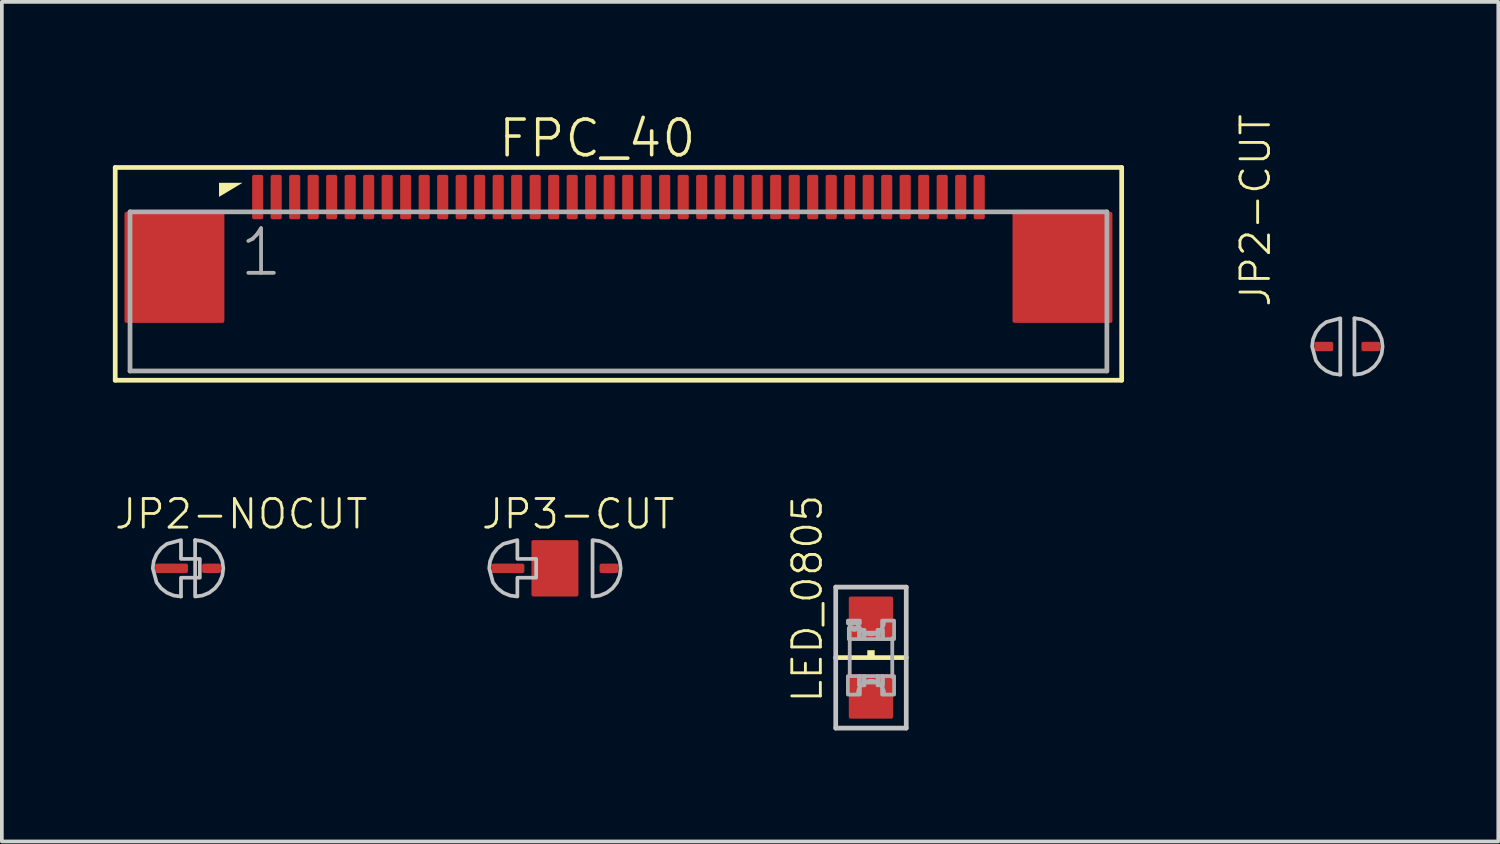
<source format=kicad_pcb>
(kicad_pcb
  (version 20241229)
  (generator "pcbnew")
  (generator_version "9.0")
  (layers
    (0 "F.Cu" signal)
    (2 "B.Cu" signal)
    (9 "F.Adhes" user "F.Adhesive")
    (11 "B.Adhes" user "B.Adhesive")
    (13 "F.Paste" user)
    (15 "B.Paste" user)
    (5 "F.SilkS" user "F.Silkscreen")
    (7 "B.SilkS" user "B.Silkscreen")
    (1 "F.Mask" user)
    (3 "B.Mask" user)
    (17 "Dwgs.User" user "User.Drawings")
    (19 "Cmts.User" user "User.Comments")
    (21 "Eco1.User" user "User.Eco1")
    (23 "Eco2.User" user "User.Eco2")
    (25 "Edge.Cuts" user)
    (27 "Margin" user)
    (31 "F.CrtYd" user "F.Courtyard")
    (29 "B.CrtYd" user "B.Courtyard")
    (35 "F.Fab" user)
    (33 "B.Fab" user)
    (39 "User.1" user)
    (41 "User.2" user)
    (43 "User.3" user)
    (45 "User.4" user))
  (footprint "FPC_40"
    (layer "F.Cu")
    (at 13.664 4.176)
    (property "Reference" "FPC_40" (at -3.302 -2.921 0) (layer "F.SilkS") (effects (font (size 0.965 0.965) (thickness 0.097)) (justify left bottom)))
    (attr through_hole)
    (fp_line (start -13.6 -2.7) (end 13.6 -2.7) (stroke (width 0.127) (type solid)) (layer "F.SilkS"))
    (fp_line (start -13.6 3.05) (end -13.6 -2.7) (stroke (width 0.127) (type solid)) (layer "F.SilkS"))
    (fp_line (start -13.6 3.05) (end 13.6 3.05) (stroke (width 0.127) (type solid)) (layer "F.SilkS"))
    (fp_line (start 13.6 3.05) (end 13.6 -2.7) (stroke (width 0.127) (type solid)) (layer "F.SilkS"))
    (fp_poly (pts (xy -10.16 -2.286) (xy -10.795 -2.286) (xy -10.795 -1.905)) (stroke (width 0) (type solid)) (fill yes) (layer "F.SilkS"))
    (fp_line (start -13.2 -1.5) (end 13.2 -1.5) (stroke (width 0.127) (type solid)) (layer "F.Fab"))
    (fp_line (start -13.2 2.8) (end -13.2 -1.5) (stroke (width 0.127) (type solid)) (layer "F.Fab"))
    (fp_line (start -13.2 2.8) (end 13.2 2.8) (stroke (width 0.127) (type solid)) (layer "F.Fab"))
    (fp_line (start 13.2 -1.5) (end 13.2 2.8) (stroke (width 0.127) (type solid)) (layer "F.Fab"))
    (fp_text user "1" (at -10.3 0.3 0) (layer "F.Fab") (effects (font (size 1.206 1.206) (thickness 0.102)) (justify left bottom)))
    (pad "1" smd roundrect (at -9.75 -1.9) (size 0.3 1.2) (layers "F.Cu" "F.Mask" "F.Paste") (roundrect_rratio 0.169))
    (pad "2" smd roundrect (at -9.25 -1.9) (size 0.3 1.2) (layers "F.Cu" "F.Mask" "F.Paste") (roundrect_rratio 0.169))
    (pad "3" smd roundrect (at -8.75 -1.9) (size 0.3 1.2) (layers "F.Cu" "F.Mask" "F.Paste") (roundrect_rratio 0.169))
    (pad "4" smd roundrect (at -8.25 -1.9) (size 0.3 1.2) (layers "F.Cu" "F.Mask" "F.Paste") (roundrect_rratio 0.169))
    (pad "5" smd roundrect (at -7.75 -1.9) (size 0.3 1.2) (layers "F.Cu" "F.Mask" "F.Paste") (roundrect_rratio 0.169))
    (pad "6" smd roundrect (at -7.25 -1.9) (size 0.3 1.2) (layers "F.Cu" "F.Mask" "F.Paste") (roundrect_rratio 0.169))
    (pad "7" smd roundrect (at -6.75 -1.9) (size 0.3 1.2) (layers "F.Cu" "F.Mask" "F.Paste") (roundrect_rratio 0.169))
    (pad "8" smd roundrect (at -6.25 -1.9) (size 0.3 1.2) (layers "F.Cu" "F.Mask" "F.Paste") (roundrect_rratio 0.169))
    (pad "9" smd roundrect (at -5.75 -1.9) (size 0.3 1.2) (layers "F.Cu" "F.Mask" "F.Paste") (roundrect_rratio 0.169))
    (pad "10" smd roundrect (at -5.25 -1.9) (size 0.3 1.2) (layers "F.Cu" "F.Mask" "F.Paste") (roundrect_rratio 0.169))
    (pad "11" smd roundrect (at -4.75 -1.9) (size 0.3 1.2) (layers "F.Cu" "F.Mask" "F.Paste") (roundrect_rratio 0.169))
    (pad "12" smd roundrect (at -4.25 -1.9) (size 0.3 1.2) (layers "F.Cu" "F.Mask" "F.Paste") (roundrect_rratio 0.169))
    (pad "13" smd roundrect (at -3.75 -1.9) (size 0.3 1.2) (layers "F.Cu" "F.Mask" "F.Paste") (roundrect_rratio 0.169))
    (pad "14" smd roundrect (at -3.25 -1.9) (size 0.3 1.2) (layers "F.Cu" "F.Mask" "F.Paste") (roundrect_rratio 0.169))
    (pad "15" smd roundrect (at -2.75 -1.9) (size 0.3 1.2) (layers "F.Cu" "F.Mask" "F.Paste") (roundrect_rratio 0.169))
    (pad "16" smd roundrect (at -2.25 -1.9) (size 0.3 1.2) (layers "F.Cu" "F.Mask" "F.Paste") (roundrect_rratio 0.169))
    (pad "17" smd roundrect (at -1.75 -1.9) (size 0.3 1.2) (layers "F.Cu" "F.Mask" "F.Paste") (roundrect_rratio 0.169))
    (pad "18" smd roundrect (at -1.25 -1.9) (size 0.3 1.2) (layers "F.Cu" "F.Mask" "F.Paste") (roundrect_rratio 0.169))
    (pad "19" smd roundrect (at -0.75 -1.9) (size 0.3 1.2) (layers "F.Cu" "F.Mask" "F.Paste") (roundrect_rratio 0.169))
    (pad "20" smd roundrect (at -0.25 -1.9) (size 0.3 1.2) (layers "F.Cu" "F.Mask" "F.Paste") (roundrect_rratio 0.169))
    (pad "21" smd roundrect (at 0.25 -1.9) (size 0.3 1.2) (layers "F.Cu" "F.Mask" "F.Paste") (roundrect_rratio 0.169))
    (pad "22" smd roundrect (at 0.75 -1.9) (size 0.3 1.2) (layers "F.Cu" "F.Mask" "F.Paste") (roundrect_rratio 0.169))
    (pad "23" smd roundrect (at 1.25 -1.9) (size 0.3 1.2) (layers "F.Cu" "F.Mask" "F.Paste") (roundrect_rratio 0.169))
    (pad "24" smd roundrect (at 1.75 -1.9) (size 0.3 1.2) (layers "F.Cu" "F.Mask" "F.Paste") (roundrect_rratio 0.169))
    (pad "25" smd roundrect (at 2.25 -1.9) (size 0.3 1.2) (layers "F.Cu" "F.Mask" "F.Paste") (roundrect_rratio 0.169))
    (pad "26" smd roundrect (at 2.75 -1.9) (size 0.3 1.2) (layers "F.Cu" "F.Mask" "F.Paste") (roundrect_rratio 0.169))
    (pad "27" smd roundrect (at 3.25 -1.9) (size 0.3 1.2) (layers "F.Cu" "F.Mask" "F.Paste") (roundrect_rratio 0.169))
    (pad "28" smd roundrect (at 3.75 -1.9) (size 0.3 1.2) (layers "F.Cu" "F.Mask" "F.Paste") (roundrect_rratio 0.169))
    (pad "29" smd roundrect (at 4.25 -1.9) (size 0.3 1.2) (layers "F.Cu" "F.Mask" "F.Paste") (roundrect_rratio 0.169))
    (pad "30" smd roundrect (at 4.75 -1.9) (size 0.3 1.2) (layers "F.Cu" "F.Mask" "F.Paste") (roundrect_rratio 0.169))
    (pad "31" smd roundrect (at 5.25 -1.9) (size 0.3 1.2) (layers "F.Cu" "F.Mask" "F.Paste") (roundrect_rratio 0.169))
    (pad "32" smd roundrect (at 5.75 -1.9) (size 0.3 1.2) (layers "F.Cu" "F.Mask" "F.Paste") (roundrect_rratio 0.169))
    (pad "33" smd roundrect (at 6.25 -1.9) (size 0.3 1.2) (layers "F.Cu" "F.Mask" "F.Paste") (roundrect_rratio 0.169))
    (pad "34" smd roundrect (at 6.75 -1.9) (size 0.3 1.2) (layers "F.Cu" "F.Mask" "F.Paste") (roundrect_rratio 0.169))
    (pad "35" smd roundrect (at 7.25 -1.9) (size 0.3 1.2) (layers "F.Cu" "F.Mask" "F.Paste") (roundrect_rratio 0.169))
    (pad "36" smd roundrect (at 7.75 -1.9) (size 0.3 1.2) (layers "F.Cu" "F.Mask" "F.Paste") (roundrect_rratio 0.169))
    (pad "37" smd roundrect (at 8.25 -1.9) (size 0.3 1.2) (layers "F.Cu" "F.Mask" "F.Paste") (roundrect_rratio 0.169))
    (pad "38" smd roundrect (at 8.75 -1.9) (size 0.3 1.2) (layers "F.Cu" "F.Mask" "F.Paste") (roundrect_rratio 0.169))
    (pad "39" smd roundrect (at 9.25 -1.9) (size 0.3 1.2) (layers "F.Cu" "F.Mask" "F.Paste") (roundrect_rratio 0.169))
    (pad "40" smd roundrect (at 9.75 -1.9) (size 0.3 1.2) (layers "F.Cu" "F.Mask" "F.Paste") (roundrect_rratio 0.169))
    (pad "Z1" smd roundrect (at -12 0) (size 2.7 3) (layers "F.Cu" "F.Mask" "F.Paste") (roundrect_rratio 0.019))
    (pad "Z2" smd roundrect (at 12 0) (size 2.7 3) (layers "F.Cu" "F.Mask" "F.Paste") (roundrect_rratio 0.019)))
  (footprint "LED_0805"
    (layer "F.Cu")
    (at 20.489 14.722)
    (property "Reference" "LED_0805" (at -1.27 1.27 90) (layer "F.SilkS") (effects (font (size 0.772 0.772) (thickness 0.077)) (justify left bottom)))
    (attr through_hole)
    (fp_line (start -0.953 0) (end 0.953 0) (stroke (width 0.127) (type solid)) (layer "F.SilkS"))
    (fp_poly (pts (xy -0.1 0) (xy 0.1 0) (xy 0.1 -0.2) (xy -0.1 -0.2)) (stroke (width 0) (type solid)) (fill yes) (layer "F.SilkS"))
    (fp_line (start -0.953 -1.905) (end 0.953 -1.905) (stroke (width 0.127) (type solid)) (layer "Dwgs.User"))
    (fp_line (start -0.953 0) (end -0.953 -1.905) (stroke (width 0.127) (type solid)) (layer "Dwgs.User"))
    (fp_line (start -0.953 1.905) (end -0.953 0) (stroke (width 0.127) (type solid)) (layer "Dwgs.User"))
    (fp_line (start 0.953 -1.905) (end 0.953 0) (stroke (width 0.127) (type solid)) (layer "Dwgs.User"))
    (fp_line (start 0.953 0) (end 0.953 1.905) (stroke (width 0.127) (type solid)) (layer "Dwgs.User"))
    (fp_line (start 0.953 1.905) (end -0.953 1.905) (stroke (width 0.127) (type solid)) (layer "Dwgs.User"))
    (fp_line (start -0.575 0.5) (end -0.575 -0.925) (stroke (width 0.102) (type solid)) (layer "F.Fab"))
    (fp_line (start 0.575 -0.525) (end 0.575 0.525) (stroke (width 0.102) (type solid)) (layer "F.Fab"))
    (fp_arc (start -0.35 0.925) (mid -0.000001 0.625027) (end 0.35 0.924998) (stroke (width 0.1016) (type solid)) (layer "F.Fab"))
    (fp_arc (start 0.35 -0.924998) (mid -0.000001 -0.625027) (end -0.35 -0.925) (stroke (width 0.1016) (type solid)) (layer "F.Fab"))
    (fp_circle (center -0.45 -0.85) (end -0.347 -0.85) (stroke (width 0.102) (type solid)) (fill no) (layer "F.Fab"))
    (fp_poly (pts (xy -0.625 -0.925) (xy -0.3 -0.925) (xy -0.3 -1) (xy -0.625 -1)) (stroke (width 0.1) (type solid)) (fill no) (layer "F.Fab"))
    (fp_poly (pts (xy -0.625 1) (xy -0.3 1) (xy -0.3 0.5) (xy -0.625 0.5)) (stroke (width 0.1) (type solid)) (fill no) (layer "F.Fab"))
    (fp_poly (pts (xy -0.6 -0.5) (xy -0.3 -0.5) (xy -0.3 -0.8) (xy -0.6 -0.8)) (stroke (width 0.1) (type solid)) (fill no) (layer "F.Fab"))
    (fp_poly (pts (xy -0.325 -0.5) (xy -0.175 -0.5) (xy -0.175 -0.75) (xy -0.325 -0.75)) (stroke (width 0.1) (type solid)) (fill no) (layer "F.Fab"))
    (fp_poly (pts (xy -0.325 0.75) (xy -0.175 0.75) (xy -0.175 0.5) (xy -0.325 0.5)) (stroke (width 0.1) (type solid)) (fill no) (layer "F.Fab"))
    (fp_poly (pts (xy -0.2 -0.5) (xy 0.2 -0.5) (xy 0.2 -0.675) (xy -0.2 -0.675)) (stroke (width 0.1) (type solid)) (fill no) (layer "F.Fab"))
    (fp_poly (pts (xy -0.2 0.675) (xy 0.2 0.675) (xy 0.2 0.5) (xy -0.2 0.5)) (stroke (width 0.1) (type solid)) (fill no) (layer "F.Fab"))
    (fp_poly (pts (xy 0.175 -0.5) (xy 0.325 -0.5) (xy 0.325 -0.75) (xy 0.175 -0.75)) (stroke (width 0.1) (type solid)) (fill no) (layer "F.Fab"))
    (fp_poly (pts (xy 0.175 0.75) (xy 0.325 0.75) (xy 0.325 0.5) (xy 0.175 0.5)) (stroke (width 0.1) (type solid)) (fill no) (layer "F.Fab"))
    (fp_poly (pts (xy 0.3 -0.5) (xy 0.625 -0.5) (xy 0.625 -1) (xy 0.3 -1)) (stroke (width 0.1) (type solid)) (fill no) (layer "F.Fab"))
    (fp_poly (pts (xy 0.3 1) (xy 0.625 1) (xy 0.625 0.5) (xy 0.3 0.5)) (stroke (width 0.1) (type solid)) (fill no) (layer "F.Fab"))
    (pad "A" smd roundrect (at 0 1.05) (size 1.2 1.2) (layers "F.Cu" "F.Mask" "F.Paste") (roundrect_rratio 0.042))
    (pad "C" smd roundrect (at 0 -1.05) (size 1.2 1.2) (layers "F.Cu" "F.Mask" "F.Paste") (roundrect_rratio 0.042)))
  (footprint "JP3-CUT"
    (layer "F.Cu")
    (at 11.948 12.309)
    (property "Reference" "JP3-CUT" (at -2.032 -1.016 0) (layer "F.SilkS") (effects (font (size 0.772 0.772) (thickness 0.077)) (justify left bottom)))
    (attr through_hole)
    (fp_poly (pts (xy -0.191 -0.889) (xy -1.016 -0.889) (xy -1.246 -0.859) (xy -1.46 -0.77) (xy -1.645 -0.629) (xy -1.786 -0.445) (xy -1.875 -0.23) (xy -1.905 0) (xy -1.875 0.23) (xy -1.786 0.445) (xy -1.645 0.629) (xy -1.46 0.77) (xy -1.016 0.889) (xy -0.191 0.889)) (stroke (width 0) (type solid)) (fill yes) (layer "F.Mask"))
    (fp_poly (pts (xy 0.191 0.889) (xy 1.016 0.889) (xy 1.246 0.859) (xy 1.46 0.77) (xy 1.645 0.629) (xy 1.786 0.445) (xy 1.875 0.23) (xy 1.905 0) (xy 1.875 -0.23) (xy 1.786 -0.445) (xy 1.645 -0.629) (xy 1.46 -0.77) (xy 1.246 -0.859) (xy 1.016 -0.889) (xy 0.191 -0.889)) (stroke (width 0) (type solid)) (fill yes) (layer "F.Mask"))
    (fp_poly (pts (xy 1.016 0.762) (xy 1.016 -0.762) (xy 1.213 -0.736) (xy 1.397 -0.66) (xy 1.555 -0.539) (xy 1.676 -0.381) (xy 1.752 -0.197) (xy 1.778 0) (xy 1.752 0.197) (xy 1.676 0.381) (xy 1.555 0.539) (xy 1.397 0.66) (xy 1.213 0.736)) (stroke (width 0.1) (type solid)) (fill no) (layer "Dwgs.User"))
    (fp_poly (pts (xy -1.016 -0.762) (xy -1.016 -0.254) (xy -0.508 -0.254) (xy -0.508 0.254) (xy -1.016 0.254) (xy -1.016 0.762) (xy -1.213 0.736) (xy -1.397 0.66) (xy -1.555 0.539) (xy -1.676 0.381) (xy -1.778 0) (xy -1.752 -0.197) (xy -1.676 -0.381) (xy -1.555 -0.539) (xy -1.397 -0.66)) (stroke (width 0.1) (type solid)) (fill no) (layer "Dwgs.User"))
    (pad "COM" smd roundrect (at 0 0) (size 1.27 1.524) (layers "F.Cu" "F.Mask") (roundrect_rratio 0.04))
    (pad "NC" smd roundrect (at -1.27 0) (size 0.889 0.254) (layers "F.Cu" "F.Mask") (roundrect_rratio 0.2))
    (pad "NO" smd roundrect (at 1.46 0) (size 0.508 0.254) (layers "F.Cu" "F.Mask") (roundrect_rratio 0.2)))
  (footprint "JP2-CUT"
    (layer "F.Cu")
    (at 33.363 6.314)
    (property "Reference" "JP2-CUT" (at -2.032 -1.016 270) (layer "F.SilkS") (effects (font (size 0.772 0.772) (thickness 0.077)) (justify left bottom)))
    (attr through_hole)
    (fp_poly (pts (xy 0 -0.889) (xy -0.191 -0.889) (xy -0.19 -0.889) (xy -0.421 -0.859) (xy -0.635 -0.77) (xy -0.819 -0.629) (xy -0.96 -0.445) (xy -1.049 -0.23) (xy -1.079 0) (xy -1.079 -0.000001) (xy -1.049 0.23) (xy -0.96 0.445) (xy -0.819 0.629) (xy -0.635 0.77) (xy -0.191 0.889) (xy 0 0.889)) (stroke (width 0) (type solid)) (fill yes) (layer "F.Mask"))
    (fp_poly (pts (xy 0 0.889) (xy 0.191 0.889) (xy 0.19 0.889) (xy 0.421 0.859) (xy 0.635 0.77) (xy 0.819 0.629) (xy 0.96 0.445) (xy 1.049 0.23) (xy 1.079 0) (xy 1.079 0.000001) (xy 1.049 -0.23) (xy 0.96 -0.445) (xy 0.819 -0.629) (xy 0.635 -0.77) (xy 0.421 -0.859) (xy 0.191 -0.889) (xy 0 -0.889)) (stroke (width 0) (type solid)) (fill yes) (layer "F.Mask"))
    (fp_poly (pts (xy -0.191 -0.762) (xy -0.191 0.762) (xy -0.19 0.762) (xy -0.388 0.736) (xy -0.571 0.66) (xy -0.729 0.539) (xy -0.85 0.381) (xy -0.953 0) (xy -0.953 0.000001) (xy -0.927 -0.197) (xy -0.85 -0.381) (xy -0.729 -0.539) (xy -0.572 -0.66)) (stroke (width 0.1) (type solid)) (fill no) (layer "Dwgs.User"))
    (fp_poly (pts (xy 0.191 0.762) (xy 0.191 -0.762) (xy 0.19 -0.762) (xy 0.388 -0.736) (xy 0.571 -0.66) (xy 0.729 -0.539) (xy 0.85 -0.381) (xy 0.927 -0.197) (xy 0.953 0) (xy 0.953 -0.000001) (xy 0.927 0.197) (xy 0.85 0.381) (xy 0.729 0.539) (xy 0.572 0.66) (xy 0.388 0.736)) (stroke (width 0.1) (type solid)) (fill no) (layer "Dwgs.User"))
    (pad "1" smd roundrect (at -0.635 0) (size 0.508 0.254) (layers "F.Cu" "F.Mask") (roundrect_rratio 0.2))
    (pad "2" smd roundrect (at 0.635 0) (size 0.508 0.254) (layers "F.Cu" "F.Mask") (roundrect_rratio 0.2)))
  (footprint "JP2-NOCUT"
    (layer "F.Cu")
    (at 2.032 12.309)
    (property "Reference" "JP2-NOCUT" (at -2.032 -1.016 0) (layer "F.SilkS") (effects (font (size 0.772 0.772) (thickness 0.077)) (justify left bottom)))
    (attr through_hole)
    (fp_poly (pts (xy 0 -0.889) (xy -0.191 -0.889) (xy -0.19 -0.889) (xy -0.421 -0.859) (xy -0.635 -0.77) (xy -0.819 -0.629) (xy -0.96 -0.445) (xy -1.049 -0.23) (xy -1.079 0) (xy -1.079 -0.000001) (xy -1.049 0.23) (xy -0.96 0.445) (xy -0.819 0.629) (xy -0.635 0.77) (xy -0.191 0.889) (xy 0 0.889)) (stroke (width 0) (type solid)) (fill yes) (layer "F.Mask"))
    (fp_poly (pts (xy 0 0.889) (xy 0.191 0.889) (xy 0.19 0.889) (xy 0.421 0.859) (xy 0.635 0.77) (xy 0.819 0.629) (xy 0.96 0.445) (xy 1.049 0.23) (xy 1.079 0) (xy 1.079 0.000001) (xy 1.049 -0.23) (xy 0.96 -0.445) (xy 0.819 -0.629) (xy 0.635 -0.77) (xy 0.421 -0.859) (xy 0.191 -0.889) (xy 0 -0.889)) (stroke (width 0) (type solid)) (fill yes) (layer "F.Mask"))
    (fp_poly (pts (xy 0.191 0.762) (xy 0.191 -0.762) (xy 0.19 -0.762) (xy 0.388 -0.736) (xy 0.571 -0.66) (xy 0.729 -0.539) (xy 0.85 -0.381) (xy 0.927 -0.197) (xy 0.953 0) (xy 0.953 -0.000001) (xy 0.927 0.197) (xy 0.85 0.381) (xy 0.729 0.539) (xy 0.572 0.66) (xy 0.388 0.736)) (stroke (width 0.1) (type solid)) (fill no) (layer "Dwgs.User"))
    (fp_poly (pts (xy -0.191 -0.762) (xy -0.191 -0.254) (xy 0.318 -0.254) (xy 0.318 0.254) (xy -0.191 0.254) (xy -0.191 0.762) (xy -0.19 0.762) (xy -0.388 0.736) (xy -0.571 0.66) (xy -0.729 0.539) (xy -0.85 0.381) (xy -0.953 0) (xy -0.953 0.000001) (xy -0.927 -0.197) (xy -0.85 -0.381) (xy -0.729 -0.539) (xy -0.572 -0.66)) (stroke (width 0.1) (type solid)) (fill no) (layer "Dwgs.User"))
    (pad "1" smd roundrect (at -0.445 0) (size 0.889 0.254) (layers "F.Cu" "F.Mask") (roundrect_rratio 0.2))
    (pad "2" smd roundrect (at 0.635 0) (size 0.508 0.254) (layers "F.Cu" "F.Mask") (roundrect_rratio 0.2)))
  (gr_rect
    (start -3 -3)
    (end 37.442 19.691)
    (stroke (width 0.1) (type default))
    (fill no)
    (layer "Edge.Cuts")))
</source>
